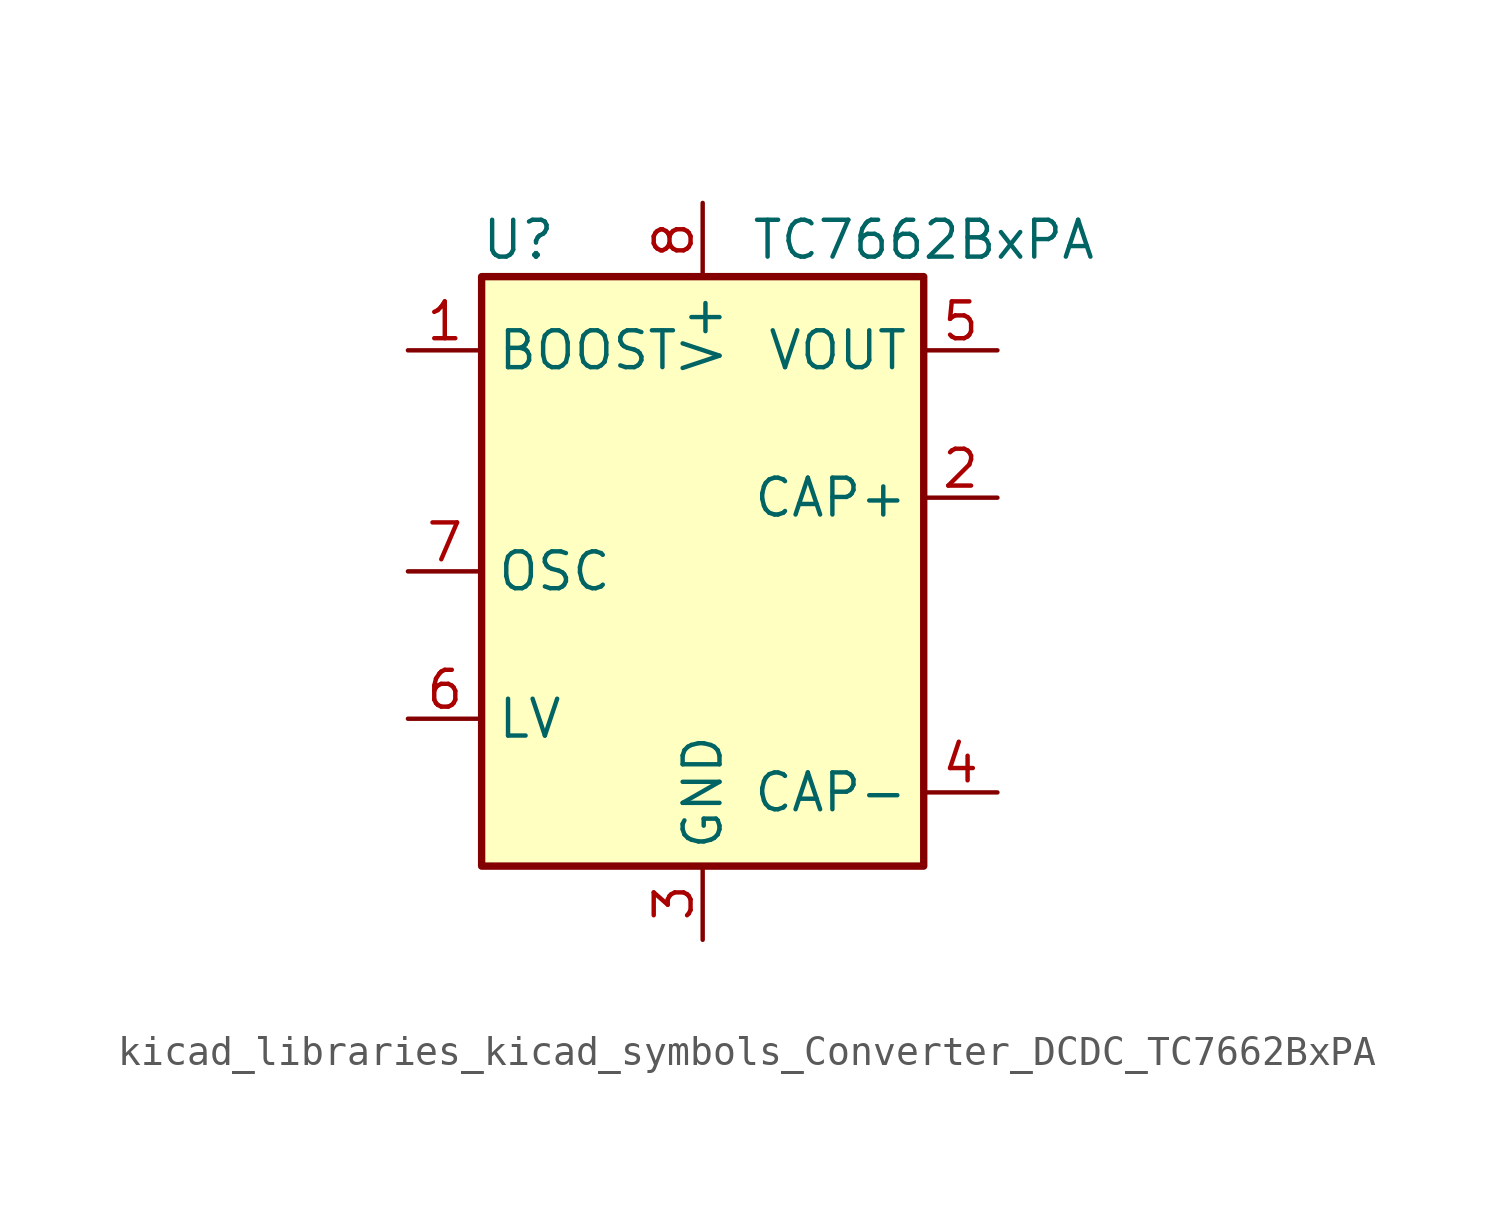
<source format=kicad_sym>
(kicad_symbol_lib
  (version 20220914)
  (generator kicad_symbol_editor)
  (symbol "kicad_libraries_kicad_symbols_Converter_DCDC_TC7662BxPA"
    (property "Reference" "U"
      (at -6.35 11.43 0)
      (effects (font (size 1.27 1.27))))
    (property "Value" "TC7662BxPA"
      (at 7.62 11.43 0)
      (effects (font (size 1.27 1.27))))
    (symbol "kicad_libraries_kicad_symbols_Converter_DCDC_TC7662BxPA_0_1"
      (rectangle (start -7.62 10.16) (end 7.62 -10.16) (stroke (width 0.254) (type default)) (fill (type background))))
    (symbol "kicad_libraries_kicad_symbols_Converter_DCDC_TC7662BxPA_1_1"
      (pin input line (at -10.16 7.62 0) (length 2.54) (name "BOOST" (effects (font (size 1.27 1.27)))) (number "1" (effects (font (size 1.27 1.27)))))
      (pin passive line (at 10.16 2.54 180) (length 2.54) (name "CAP+" (effects (font (size 1.27 1.27)))) (number "2" (effects (font (size 1.27 1.27)))))
      (pin power_in line (at 0 -12.7 90) (length 2.54) (name "GND" (effects (font (size 1.27 1.27)))) (number "3" (effects (font (size 1.27 1.27)))))
      (pin passive line (at 10.16 -7.62 180) (length 2.54) (name "CAP-" (effects (font (size 1.27 1.27)))) (number "4" (effects (font (size 1.27 1.27)))))
      (pin power_out line (at 10.16 7.62 180) (length 2.54) (name "VOUT" (effects (font (size 1.27 1.27)))) (number "5" (effects (font (size 1.27 1.27)))))
      (pin input line (at -10.16 -5.08 0) (length 2.54) (name "LV" (effects (font (size 1.27 1.27)))) (number "6" (effects (font (size 1.27 1.27)))))
      (pin passive line (at -10.16 0 0) (length 2.54) (name "OSC" (effects (font (size 1.27 1.27)))) (number "7" (effects (font (size 1.27 1.27)))))
      (pin power_in line (at 0 12.7 270) (length 2.54) (name "V+" (effects (font (size 1.27 1.27)))) (number "8" (effects (font (size 1.27 1.27))))))))
</source>
